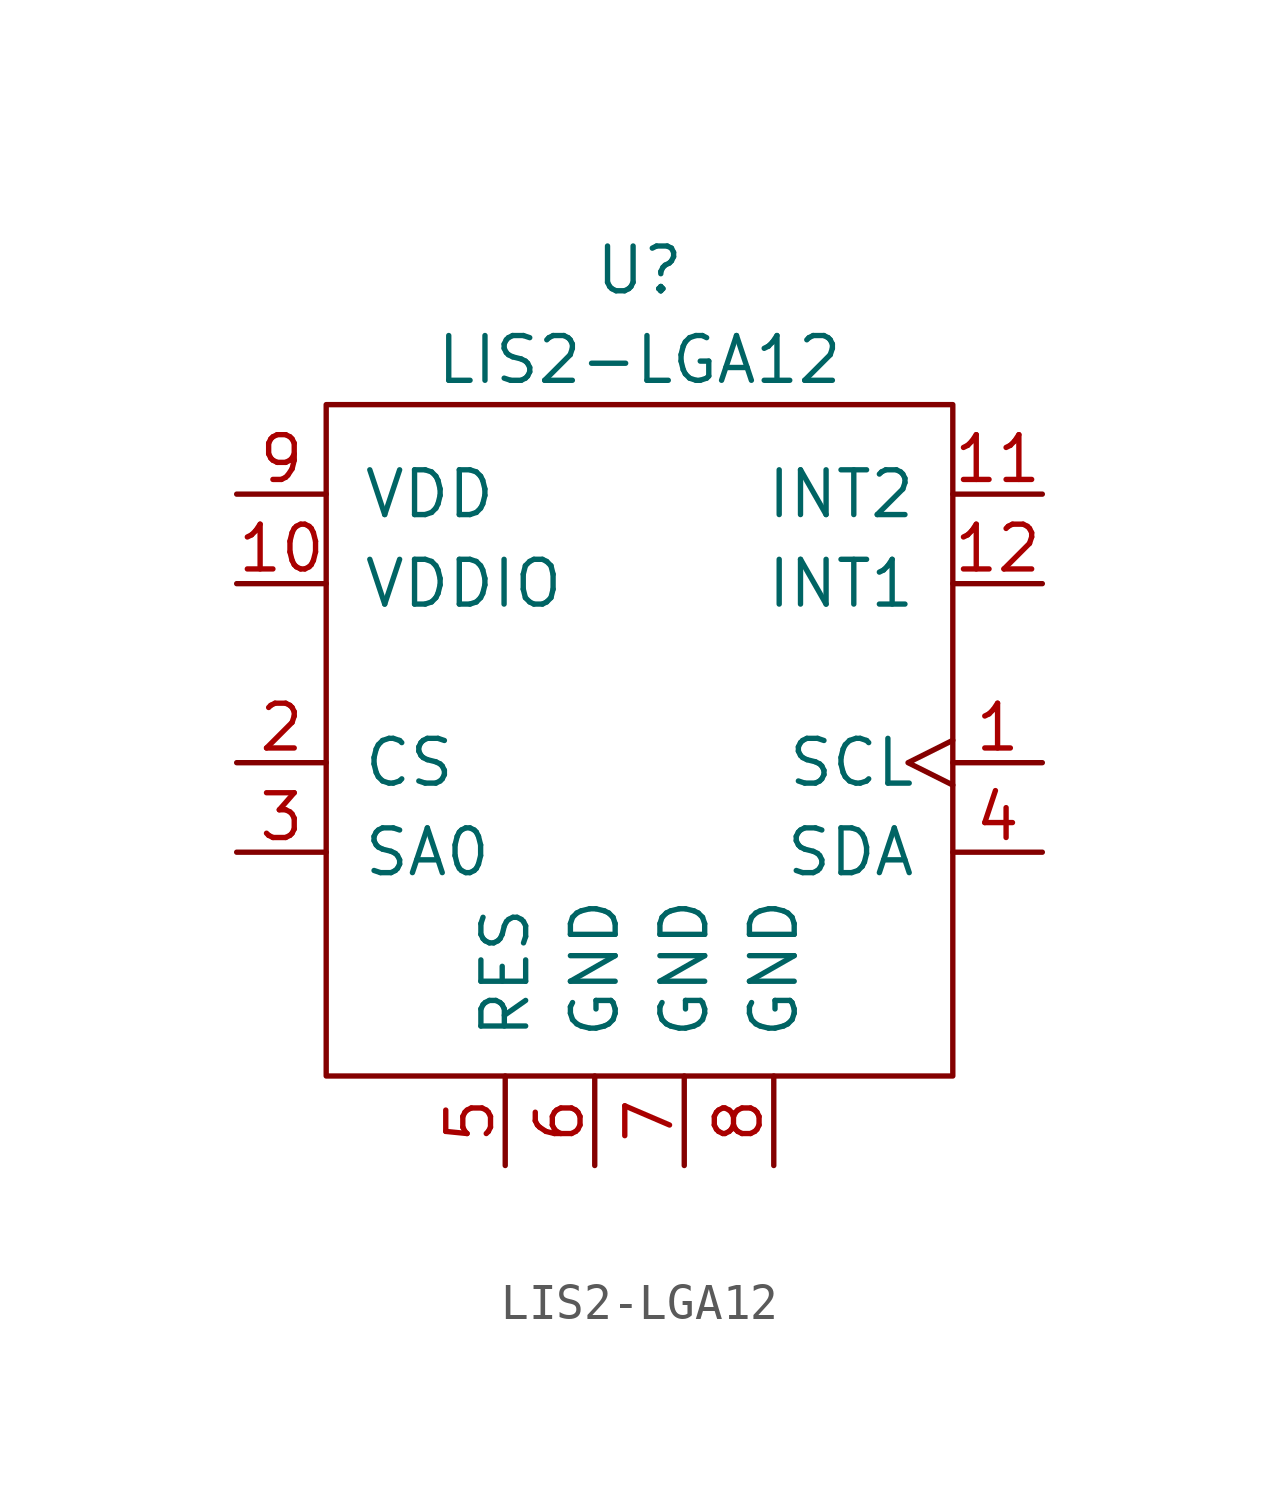
<source format=kicad_sym>
(kicad_symbol_lib
  (version 20211014)
  (generator kicad_symbol_editor)
  (symbol "LIS2-LGA12"
    (pin_names
      (offset 1.016))
    (property "Reference" "U"
      (at 0 3.81 0)
      (effects (font (size 1.27 1.27))))
    (property "Value" "LIS2-LGA12"
      (at 0 1.27 0)
      (effects (font (size 1.27 1.27))))
    (symbol "LIS2-LGA12_0_1"
      (rectangle (start -8.89 0) (end 8.89 -19.05) (stroke (width 0) (type default) (color 0 0 0 0)) (fill (type none))))
    (symbol "LIS2-LGA12_1_1"
      (pin open_collector clock (at 11.43 -10.16 180) (length 2.54) (name "SCL" (effects (font (size 1.27 1.27)))) (number "1" (effects (font (size 1.27 1.27)))))
      (pin power_in line (at -11.43 -5.08 0) (length 2.54) (name "VDDIO" (effects (font (size 1.27 1.27)))) (number "10" (effects (font (size 1.27 1.27)))))
      (pin output line (at 11.43 -2.54 180) (length 2.54) (name "INT2" (effects (font (size 1.27 1.27)))) (number "11" (effects (font (size 1.27 1.27)))))
      (pin output line (at 11.43 -5.08 180) (length 2.54) (name "INT1" (effects (font (size 1.27 1.27)))) (number "12" (effects (font (size 1.27 1.27)))))
      (pin input line (at -11.43 -10.16 0) (length 2.54) (name "CS" (effects (font (size 1.27 1.27)))) (number "2" (effects (font (size 1.27 1.27)))))
      (pin input line (at -11.43 -12.7 0) (length 2.54) (name "SA0" (effects (font (size 1.27 1.27)))) (number "3" (effects (font (size 1.27 1.27)))))
      (pin open_collector line (at 11.43 -12.7 180) (length 2.54) (name "SDA" (effects (font (size 1.27 1.27)))) (number "4" (effects (font (size 1.27 1.27)))))
      (pin passive line (at -3.81 -21.59 90) (length 2.54) (name "RES" (effects (font (size 1.27 1.27)))) (number "5" (effects (font (size 1.27 1.27)))))
      (pin power_in line (at -1.27 -21.59 90) (length 2.54) (name "GND" (effects (font (size 1.27 1.27)))) (number "6" (effects (font (size 1.27 1.27)))))
      (pin power_in line (at 1.27 -21.59 90) (length 2.54) (name "GND" (effects (font (size 1.27 1.27)))) (number "7" (effects (font (size 1.27 1.27)))))
      (pin power_in line (at 3.81 -21.59 90) (length 2.54) (name "GND" (effects (font (size 1.27 1.27)))) (number "8" (effects (font (size 1.27 1.27)))))
      (pin power_in line (at -11.43 -2.54 0) (length 2.54) (name "VDD" (effects (font (size 1.27 1.27)))) (number "9" (effects (font (size 1.27 1.27))))))))
</source>
